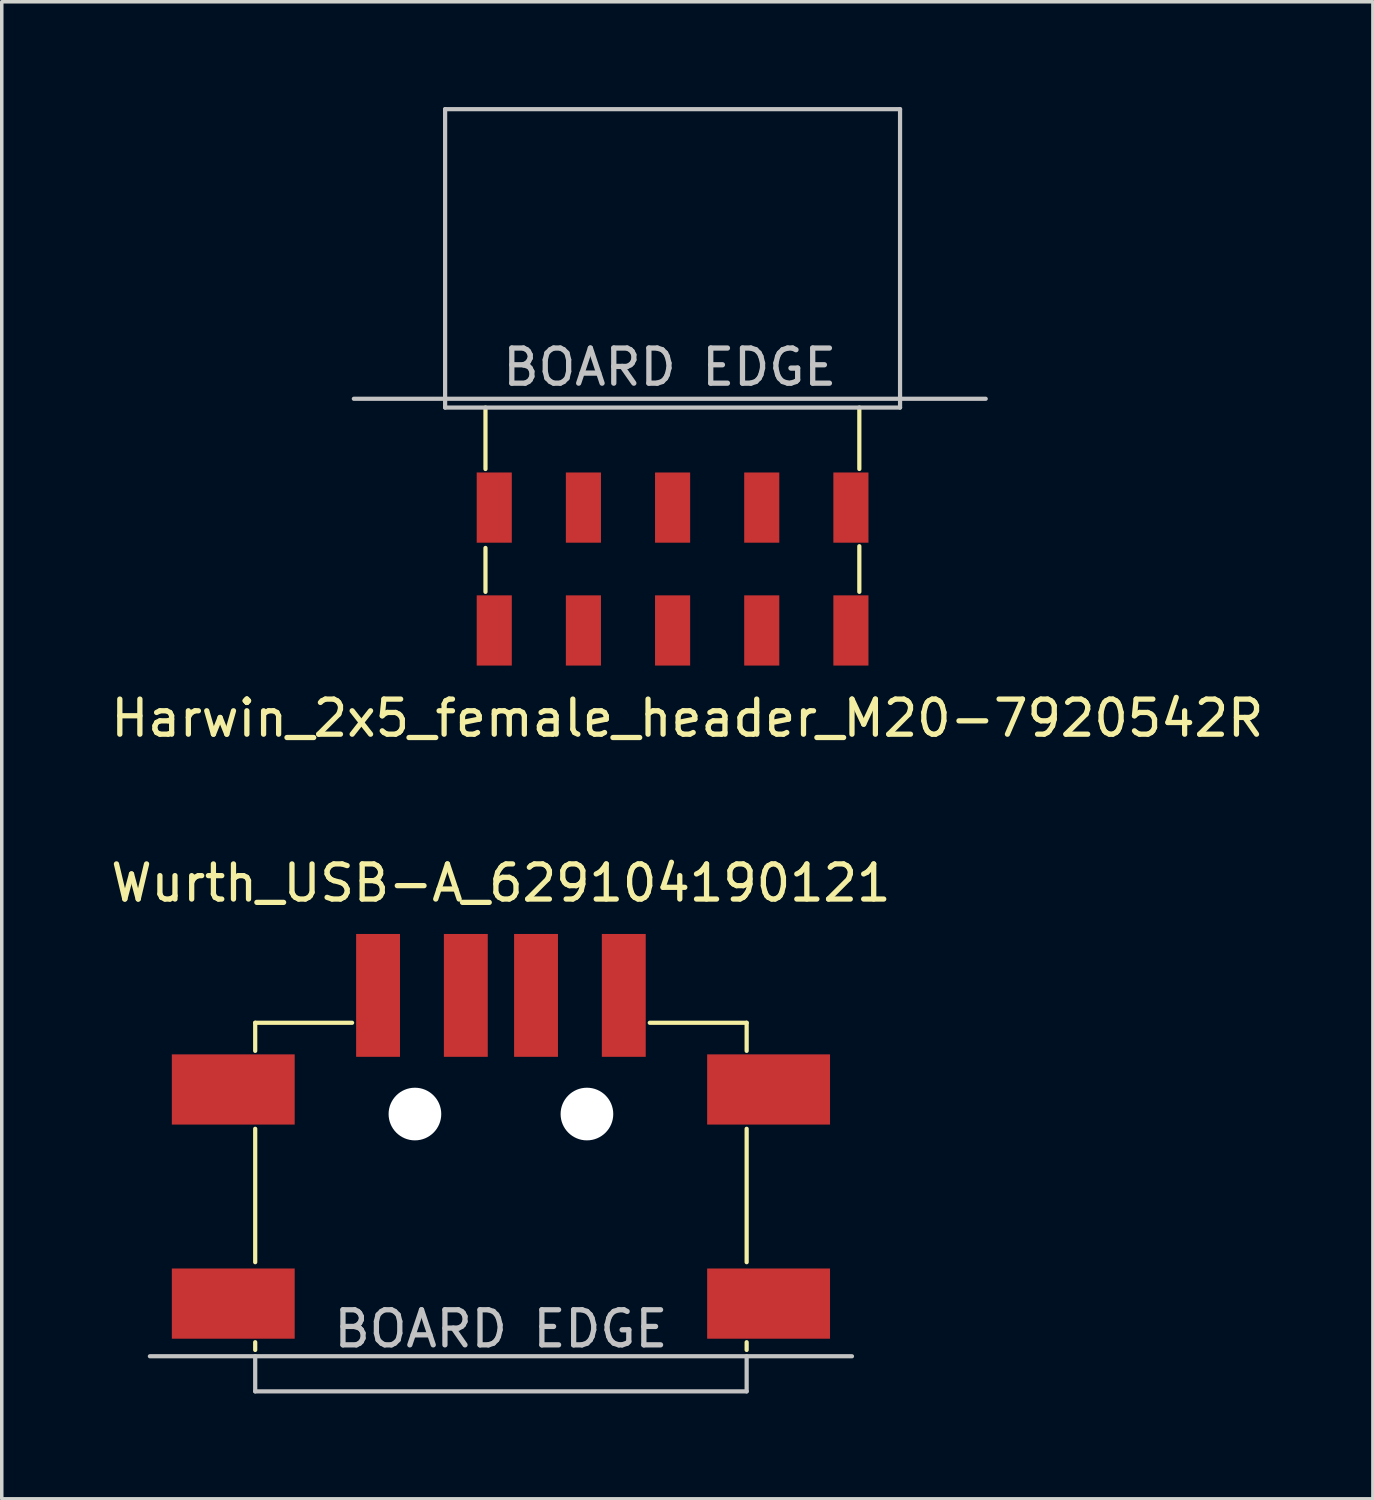
<source format=kicad_pcb>
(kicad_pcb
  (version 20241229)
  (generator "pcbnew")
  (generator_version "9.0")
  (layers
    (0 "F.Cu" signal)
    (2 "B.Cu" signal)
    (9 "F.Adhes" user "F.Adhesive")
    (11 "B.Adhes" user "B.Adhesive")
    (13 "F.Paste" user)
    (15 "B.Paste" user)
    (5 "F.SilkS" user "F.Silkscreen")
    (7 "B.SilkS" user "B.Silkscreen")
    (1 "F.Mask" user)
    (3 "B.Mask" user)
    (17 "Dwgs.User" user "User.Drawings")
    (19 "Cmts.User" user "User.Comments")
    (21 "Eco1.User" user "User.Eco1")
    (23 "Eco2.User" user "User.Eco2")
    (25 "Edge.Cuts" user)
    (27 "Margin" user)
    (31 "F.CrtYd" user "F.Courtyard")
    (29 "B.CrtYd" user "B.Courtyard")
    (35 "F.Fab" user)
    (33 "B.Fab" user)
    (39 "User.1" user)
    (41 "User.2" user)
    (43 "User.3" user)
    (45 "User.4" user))
  (footprint "Harwin_2x5_female_header_M20-7920542R"
    (layer "F.Cu")
    (at 11.03 14.91)
    (property "Reference" "Harwin_2x5_female_header_M20-7920542R" (at 5.5 2.5 0) (layer "F.SilkS") (effects (font (size 1 1) (thickness 0.15))))
    (attr smd)
    (fp_line (start -0.25 -4.6) (end -0.25 -6.35) (stroke (width 0.12) (type solid)) (layer "F.SilkS"))
    (fp_line (start -0.25 -1.1) (end -0.25 -2.35) (stroke (width 0.12) (type solid)) (layer "F.SilkS"))
    (fp_line (start 10.4 -4.6) (end 10.4 -6.35) (stroke (width 0.12) (type solid)) (layer "F.SilkS"))
    (fp_line (start 10.4 -1.1) (end 10.4 -2.4) (stroke (width 0.12) (type solid)) (layer "F.SilkS"))
    (fp_line (start -1.4 -14.85) (end 11.56 -14.85) (stroke (width 0.12) (type solid)) (layer "Dwgs.User"))
    (fp_line (start -1.4 -6.35) (end -1.4 -14.85) (stroke (width 0.12) (type solid)) (layer "Dwgs.User"))
    (fp_line (start 11.56 -6.35) (end -1.4 -6.35) (stroke (width 0.12) (type solid)) (layer "Dwgs.User"))
    (fp_line (start 11.56 -6.35) (end 11.56 -14.85) (stroke (width 0.12) (type solid)) (layer "Dwgs.User"))
    (fp_line (start 14 -6.6) (end -4 -6.6) (stroke (width 0.12) (type solid)) (layer "Dwgs.User"))
    (fp_text user "BOARD EDGE" (at 5 -7.5 0) (layer "Dwgs.User") (effects (font (size 1 1) (thickness 0.15))))
    (pad "1" smd rect (at 0 0) (size 1 2) (layers "F.Cu" "F.Mask" "F.Paste"))
    (pad "2" smd rect (at 0 -3.5) (size 1 2) (layers "F.Cu" "F.Mask" "F.Paste"))
    (pad "3" smd rect (at 2.54 0) (size 1 2) (layers "F.Cu" "F.Mask" "F.Paste"))
    (pad "4" smd rect (at 2.54 -3.5) (size 1 2) (layers "F.Cu" "F.Mask" "F.Paste"))
    (pad "5" smd rect (at 5.08 0) (size 1 2) (layers "F.Cu" "F.Mask" "F.Paste"))
    (pad "6" smd rect (at 5.08 -3.5) (size 1 2) (layers "F.Cu" "F.Mask" "F.Paste"))
    (pad "7" smd rect (at 7.62 0) (size 1 2) (layers "F.Cu" "F.Mask" "F.Paste"))
    (pad "8" smd rect (at 7.62 -3.5) (size 1 2) (layers "F.Cu" "F.Mask" "F.Paste"))
    (pad "9" smd rect (at 10.16 0) (size 1 2) (layers "F.Cu" "F.Mask" "F.Paste"))
    (pad "10" smd rect (at 10.16 -3.5) (size 1 2) (layers "F.Cu" "F.Mask" "F.Paste")))
  (footprint "Wurth_USB-A_629104190121"
    (layer "F.Cu")
    (at 11.22 25.306)
    (property "Reference" "Wurth_USB-A_629104190121" (at 0 -3.2 0) (layer "F.SilkS") (effects (font (size 1 1) (thickness 0.15))))
    (attr smd)
    (fp_line (start -7 0.78) (end -7 1.58) (stroke (width 0.12) (type solid)) (layer "F.SilkS"))
    (fp_line (start -7 0.78) (end -4.24 0.78) (stroke (width 0.12) (type solid)) (layer "F.SilkS"))
    (fp_line (start -7 3.8) (end -7 7.6) (stroke (width 0.12) (type solid)) (layer "F.SilkS"))
    (fp_line (start -7 9.88) (end -7 10.1) (stroke (width 0.12) (type solid)) (layer "F.SilkS"))
    (fp_line (start 7 0.78) (end 4.24 0.78) (stroke (width 0.12) (type solid)) (layer "F.SilkS"))
    (fp_line (start 7 0.78) (end 7 1.58) (stroke (width 0.12) (type solid)) (layer "F.SilkS"))
    (fp_line (start 7 3.8) (end 7 7.6) (stroke (width 0.12) (type solid)) (layer "F.SilkS"))
    (fp_line (start 7 9.88) (end 7 10.1) (stroke (width 0.12) (type solid)) (layer "F.SilkS"))
    (fp_line (start -10 10.28) (end 10 10.28) (stroke (width 0.12) (type solid)) (layer "Dwgs.User"))
    (fp_line (start -7 10.28) (end -7 11.28) (stroke (width 0.12) (type solid)) (layer "Dwgs.User"))
    (fp_line (start -7 11.28) (end 7 11.28) (stroke (width 0.12) (type solid)) (layer "Dwgs.User"))
    (fp_line (start 7 10.28) (end 7 11.28) (stroke (width 0.12) (type solid)) (layer "Dwgs.User"))
    (fp_text user "BOARD EDGE" (at 0 9.5 0) (layer "Dwgs.User") (effects (font (size 1 1) (thickness 0.15))))
    (pad "" np_thru_hole circle (at -2.45 3.38) (size 1.5 1.5) (drill 1.5) (layers "*.Cu" "*.Mask"))
    (pad "" np_thru_hole circle (at 2.45 3.38) (size 1.5 1.5) (drill 1.5) (layers "*.Cu" "*.Mask"))
    (pad "1" smd rect (at -3.5 0) (size 1.25 3.5) (layers "F.Cu" "F.Mask" "F.Paste"))
    (pad "2" smd rect (at -1 0) (size 1.25 3.5) (layers "F.Cu" "F.Mask" "F.Paste"))
    (pad "3" smd rect (at 1 0) (size 1.25 3.5) (layers "F.Cu" "F.Mask" "F.Paste"))
    (pad "4" smd rect (at 3.5 0) (size 1.25 3.5) (layers "F.Cu" "F.Mask" "F.Paste"))
    (pad "5" smd rect (at -7.625 2.68) (size 3.5 2) (layers "F.Cu" "F.Mask" "F.Paste"))
    (pad "5" smd rect (at -7.625 8.78) (size 3.5 2) (layers "F.Cu" "F.Mask" "F.Paste"))
    (pad "5" smd rect (at 7.625 2.68) (size 3.5 2) (layers "F.Cu" "F.Mask" "F.Paste"))
    (pad "5" smd rect (at 7.625 8.78) (size 3.5 2) (layers "F.Cu" "F.Mask" "F.Paste")))
  (gr_rect
    (start -3 -3)
    (end 36.06 39.647)
    (stroke (width 0.1) (type default))
    (fill no)
    (layer "Edge.Cuts")))
</source>
